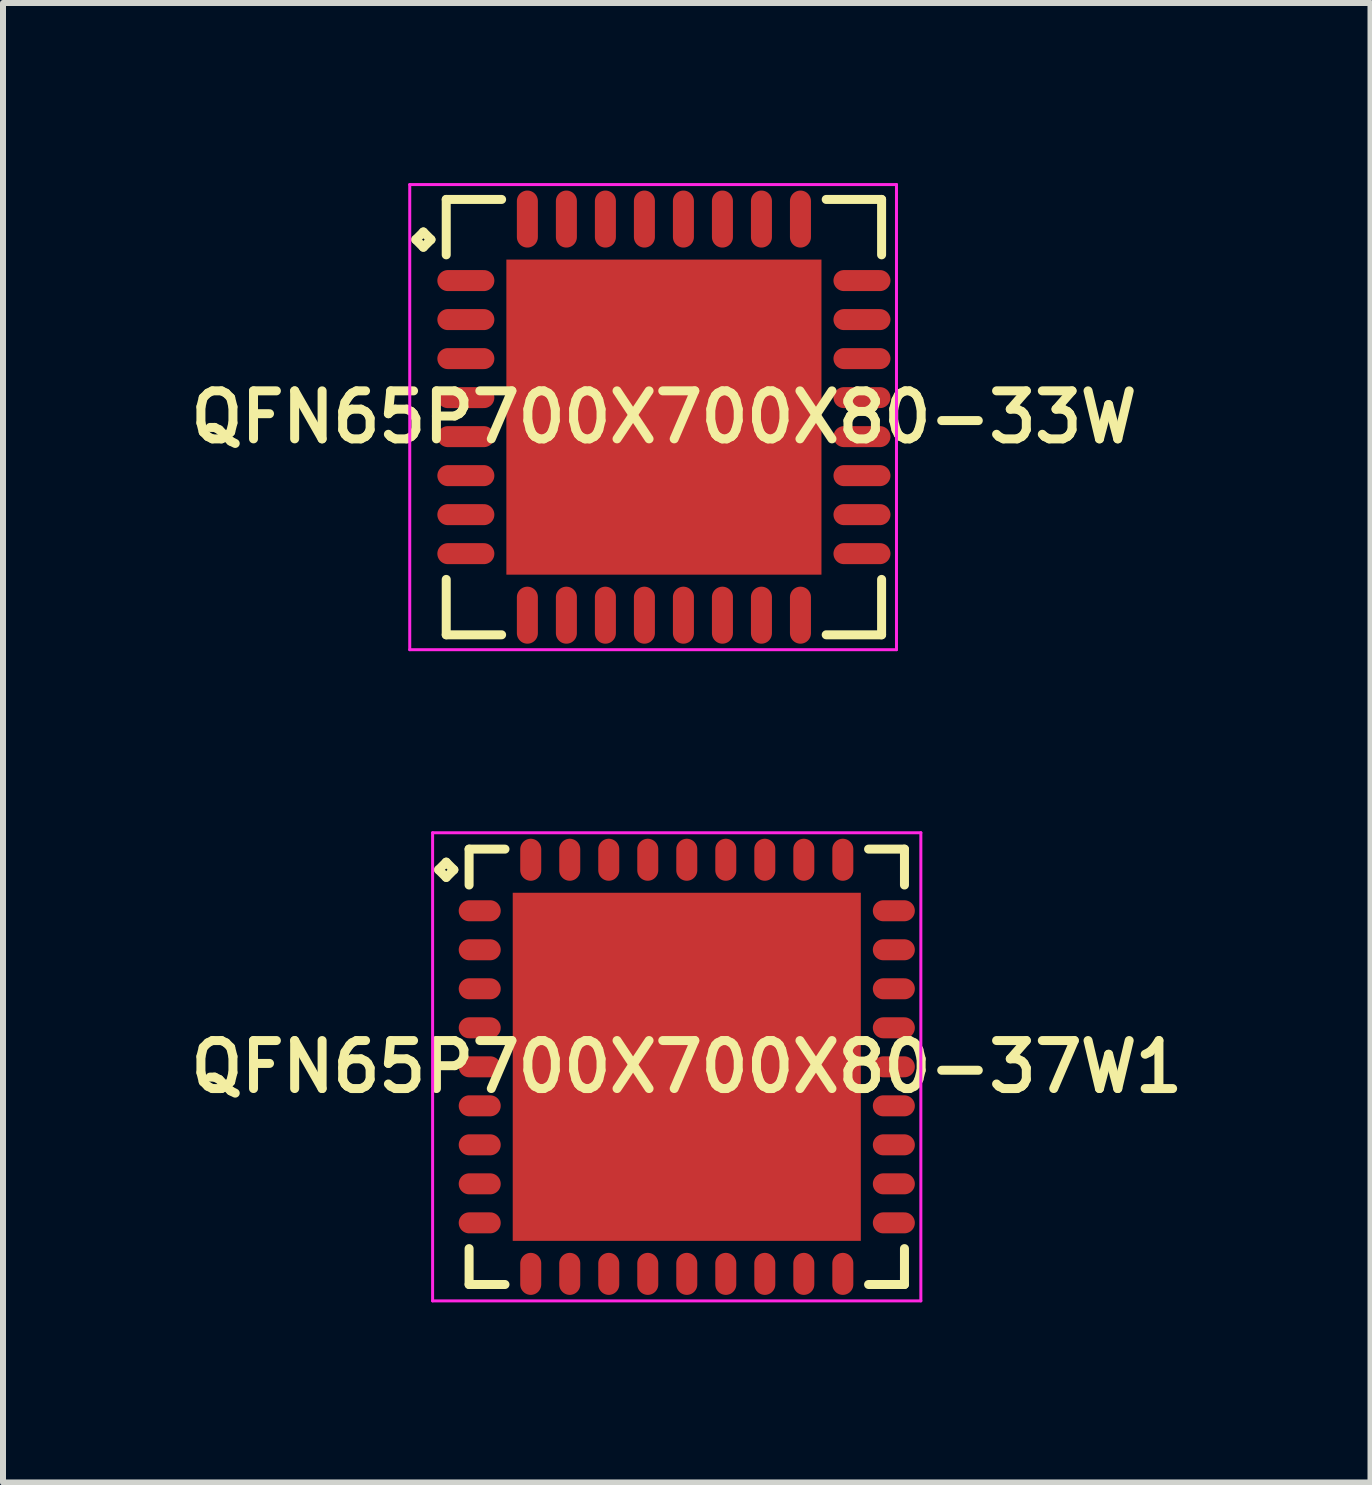
<source format=kicad_pcb>
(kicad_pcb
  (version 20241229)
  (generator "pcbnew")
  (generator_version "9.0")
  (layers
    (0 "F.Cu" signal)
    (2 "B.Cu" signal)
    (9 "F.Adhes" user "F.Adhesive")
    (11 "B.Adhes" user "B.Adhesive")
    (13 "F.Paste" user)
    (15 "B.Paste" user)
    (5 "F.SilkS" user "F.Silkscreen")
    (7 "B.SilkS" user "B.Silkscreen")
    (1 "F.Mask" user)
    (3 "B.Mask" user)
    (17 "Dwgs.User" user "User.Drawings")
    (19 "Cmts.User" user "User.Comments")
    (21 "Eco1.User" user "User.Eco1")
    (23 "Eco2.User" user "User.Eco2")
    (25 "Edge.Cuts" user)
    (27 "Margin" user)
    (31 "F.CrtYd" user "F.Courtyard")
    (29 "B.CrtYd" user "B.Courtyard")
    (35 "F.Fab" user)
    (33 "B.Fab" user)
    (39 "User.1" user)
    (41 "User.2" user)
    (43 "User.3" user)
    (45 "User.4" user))
  (footprint "QFN65P700X700X80-37W1"
    (layer "F.Cu")
    (at 8.393 14.725)
    (property "Reference" "QFN65P700X700X80-37W1" (at 0 0 0) (layer "F.SilkS") (effects (font (size 0.8 0.8) (thickness 0.15))))
    (attr smd)
    (fp_line (start -4.135 -3.283) (end -4.008 -3.41) (stroke (width 0.15) (type solid)) (layer "F.SilkS"))
    (fp_line (start -4.008 -3.41) (end -3.881 -3.283) (stroke (width 0.15) (type solid)) (layer "F.SilkS"))
    (fp_line (start -4.008 -3.156) (end -4.135 -3.283) (stroke (width 0.15) (type solid)) (layer "F.SilkS"))
    (fp_line (start -3.881 -3.283) (end -4.008 -3.156) (stroke (width 0.15) (type solid)) (layer "F.SilkS"))
    (fp_line (start -3.627 -3.627) (end -3.029 -3.627) (stroke (width 0.15) (type solid)) (layer "F.SilkS"))
    (fp_line (start -3.627 -3.029) (end -3.627 -3.627) (stroke (width 0.15) (type solid)) (layer "F.SilkS"))
    (fp_line (start -3.627 3.029) (end -3.627 3.627) (stroke (width 0.15) (type solid)) (layer "F.SilkS"))
    (fp_line (start -3.627 3.627) (end -3.029 3.627) (stroke (width 0.15) (type solid)) (layer "F.SilkS"))
    (fp_line (start 3.029 -3.627) (end 3.627 -3.627) (stroke (width 0.15) (type solid)) (layer "F.SilkS"))
    (fp_line (start 3.029 3.627) (end 3.627 3.627) (stroke (width 0.15) (type solid)) (layer "F.SilkS"))
    (fp_line (start 3.627 -3.627) (end 3.627 -3.029) (stroke (width 0.15) (type solid)) (layer "F.SilkS"))
    (fp_line (start 3.627 3.627) (end 3.627 3.029) (stroke (width 0.15) (type solid)) (layer "F.SilkS"))
    (fp_line (start -4.235 -3.9) (end 3.9 -3.9) (stroke (width 0.05) (type solid)) (layer "F.CrtYd"))
    (fp_line (start -4.235 3.9) (end -4.235 -3.9) (stroke (width 0.05) (type solid)) (layer "F.CrtYd"))
    (fp_line (start 3.9 -3.9) (end 3.9 3.9) (stroke (width 0.05) (type solid)) (layer "F.CrtYd"))
    (fp_line (start 3.9 3.9) (end -4.235 3.9) (stroke (width 0.05) (type solid)) (layer "F.CrtYd"))
    (pad "1" smd oval (at -3.45 -2.6) (size 0.7 0.35) (layers "F.Cu" "F.Mask" "F.Paste"))
    (pad "2" smd oval (at -3.45 -1.95) (size 0.7 0.35) (layers "F.Cu" "F.Mask" "F.Paste"))
    (pad "3" smd oval (at -3.45 -1.3) (size 0.7 0.35) (layers "F.Cu" "F.Mask" "F.Paste"))
    (pad "4" smd oval (at -3.45 -0.65) (size 0.7 0.35) (layers "F.Cu" "F.Mask" "F.Paste"))
    (pad "5" smd oval (at -3.45 0) (size 0.7 0.35) (layers "F.Cu" "F.Mask" "F.Paste"))
    (pad "6" smd oval (at -3.45 0.65) (size 0.7 0.35) (layers "F.Cu" "F.Mask" "F.Paste"))
    (pad "7" smd oval (at -3.45 1.3) (size 0.7 0.35) (layers "F.Cu" "F.Mask" "F.Paste"))
    (pad "8" smd oval (at -3.45 1.95) (size 0.7 0.35) (layers "F.Cu" "F.Mask" "F.Paste"))
    (pad "9" smd oval (at -3.45 2.6) (size 0.7 0.35) (layers "F.Cu" "F.Mask" "F.Paste"))
    (pad "10" smd oval (at -2.6 3.45) (size 0.35 0.7) (layers "F.Cu" "F.Mask" "F.Paste"))
    (pad "11" smd oval (at -1.95 3.45) (size 0.35 0.7) (layers "F.Cu" "F.Mask" "F.Paste"))
    (pad "12" smd oval (at -1.3 3.45) (size 0.35 0.7) (layers "F.Cu" "F.Mask" "F.Paste"))
    (pad "13" smd oval (at -0.65 3.45) (size 0.35 0.7) (layers "F.Cu" "F.Mask" "F.Paste"))
    (pad "14" smd oval (at 0 3.45) (size 0.35 0.7) (layers "F.Cu" "F.Mask" "F.Paste"))
    (pad "15" smd oval (at 0.65 3.45) (size 0.35 0.7) (layers "F.Cu" "F.Mask" "F.Paste"))
    (pad "16" smd oval (at 1.3 3.45) (size 0.35 0.7) (layers "F.Cu" "F.Mask" "F.Paste"))
    (pad "17" smd oval (at 1.95 3.45) (size 0.35 0.7) (layers "F.Cu" "F.Mask" "F.Paste"))
    (pad "18" smd oval (at 2.6 3.45) (size 0.35 0.7) (layers "F.Cu" "F.Mask" "F.Paste"))
    (pad "19" smd oval (at 3.45 2.6) (size 0.7 0.35) (layers "F.Cu" "F.Mask" "F.Paste"))
    (pad "20" smd oval (at 3.45 1.95) (size 0.7 0.35) (layers "F.Cu" "F.Mask" "F.Paste"))
    (pad "21" smd oval (at 3.45 1.3) (size 0.7 0.35) (layers "F.Cu" "F.Mask" "F.Paste"))
    (pad "22" smd oval (at 3.45 0.65) (size 0.7 0.35) (layers "F.Cu" "F.Mask" "F.Paste"))
    (pad "23" smd oval (at 3.45 0) (size 0.7 0.35) (layers "F.Cu" "F.Mask" "F.Paste"))
    (pad "24" smd oval (at 3.45 -0.65) (size 0.7 0.35) (layers "F.Cu" "F.Mask" "F.Paste"))
    (pad "25" smd oval (at 3.45 -1.3) (size 0.7 0.35) (layers "F.Cu" "F.Mask" "F.Paste"))
    (pad "26" smd oval (at 3.45 -1.95) (size 0.7 0.35) (layers "F.Cu" "F.Mask" "F.Paste"))
    (pad "27" smd oval (at 3.45 -2.6) (size 0.7 0.35) (layers "F.Cu" "F.Mask" "F.Paste"))
    (pad "28" smd oval (at 2.6 -3.45) (size 0.35 0.7) (layers "F.Cu" "F.Mask" "F.Paste"))
    (pad "29" smd oval (at 1.95 -3.45) (size 0.35 0.7) (layers "F.Cu" "F.Mask" "F.Paste"))
    (pad "30" smd oval (at 1.3 -3.45) (size 0.35 0.7) (layers "F.Cu" "F.Mask" "F.Paste"))
    (pad "31" smd oval (at 0.65 -3.45) (size 0.35 0.7) (layers "F.Cu" "F.Mask" "F.Paste"))
    (pad "32" smd oval (at 0 -3.45) (size 0.35 0.7) (layers "F.Cu" "F.Mask" "F.Paste"))
    (pad "33" smd oval (at -0.65 -3.45) (size 0.35 0.7) (layers "F.Cu" "F.Mask" "F.Paste"))
    (pad "34" smd oval (at -1.3 -3.45) (size 0.35 0.7) (layers "F.Cu" "F.Mask" "F.Paste"))
    (pad "35" smd oval (at -1.95 -3.45) (size 0.35 0.7) (layers "F.Cu" "F.Mask" "F.Paste"))
    (pad "36" smd oval (at -2.6 -3.45) (size 0.35 0.7) (layers "F.Cu" "F.Mask" "F.Paste"))
    (pad "37" smd rect (at 0 0) (size 5.8 5.8) (layers "F.Cu" "F.Mask" "F.Paste")))
  (footprint "QFN65P700X700X80-33W"
    (layer "F.Cu")
    (at 8.012 3.9)
    (property "Reference" "QFN65P700X700X80-33W" (at 0 0 0) (layer "F.SilkS") (effects (font (size 0.8 0.8) (thickness 0.15))))
    (attr smd)
    (fp_line (start -4.135 -2.958) (end -4.008 -3.085) (stroke (width 0.15) (type solid)) (layer "F.SilkS"))
    (fp_line (start -4.008 -3.085) (end -3.881 -2.958) (stroke (width 0.15) (type solid)) (layer "F.SilkS"))
    (fp_line (start -4.008 -2.831) (end -4.135 -2.958) (stroke (width 0.15) (type solid)) (layer "F.SilkS"))
    (fp_line (start -3.881 -2.958) (end -4.008 -2.831) (stroke (width 0.15) (type solid)) (layer "F.SilkS"))
    (fp_line (start -3.627 -3.627) (end -2.704 -3.627) (stroke (width 0.15) (type solid)) (layer "F.SilkS"))
    (fp_line (start -3.627 -2.704) (end -3.627 -3.627) (stroke (width 0.15) (type solid)) (layer "F.SilkS"))
    (fp_line (start -3.627 2.704) (end -3.627 3.627) (stroke (width 0.15) (type solid)) (layer "F.SilkS"))
    (fp_line (start -3.627 3.627) (end -2.704 3.627) (stroke (width 0.15) (type solid)) (layer "F.SilkS"))
    (fp_line (start 2.704 -3.627) (end 3.627 -3.627) (stroke (width 0.15) (type solid)) (layer "F.SilkS"))
    (fp_line (start 2.704 3.627) (end 3.627 3.627) (stroke (width 0.15) (type solid)) (layer "F.SilkS"))
    (fp_line (start 3.627 -3.627) (end 3.627 -2.704) (stroke (width 0.15) (type solid)) (layer "F.SilkS"))
    (fp_line (start 3.627 3.627) (end 3.627 2.704) (stroke (width 0.15) (type solid)) (layer "F.SilkS"))
    (fp_line (start -4.235 -3.875) (end 3.875 -3.875) (stroke (width 0.05) (type solid)) (layer "F.CrtYd"))
    (fp_line (start -4.235 3.875) (end -4.235 -3.875) (stroke (width 0.05) (type solid)) (layer "F.CrtYd"))
    (fp_line (start 3.875 -3.875) (end 3.875 3.875) (stroke (width 0.05) (type solid)) (layer "F.CrtYd"))
    (fp_line (start 3.875 3.875) (end -4.235 3.875) (stroke (width 0.05) (type solid)) (layer "F.CrtYd"))
    (pad "1" smd oval (at -3.3 -2.275) (size 0.95 0.35) (layers "F.Cu" "F.Mask" "F.Paste"))
    (pad "2" smd oval (at -3.3 -1.625) (size 0.95 0.35) (layers "F.Cu" "F.Mask" "F.Paste"))
    (pad "3" smd oval (at -3.3 -0.975) (size 0.95 0.35) (layers "F.Cu" "F.Mask" "F.Paste"))
    (pad "4" smd oval (at -3.3 -0.325) (size 0.95 0.35) (layers "F.Cu" "F.Mask" "F.Paste"))
    (pad "5" smd oval (at -3.3 0.325) (size 0.95 0.35) (layers "F.Cu" "F.Mask" "F.Paste"))
    (pad "6" smd oval (at -3.3 0.975) (size 0.95 0.35) (layers "F.Cu" "F.Mask" "F.Paste"))
    (pad "7" smd oval (at -3.3 1.625) (size 0.95 0.35) (layers "F.Cu" "F.Mask" "F.Paste"))
    (pad "8" smd oval (at -3.3 2.275) (size 0.95 0.35) (layers "F.Cu" "F.Mask" "F.Paste"))
    (pad "9" smd oval (at -2.275 3.3) (size 0.35 0.95) (layers "F.Cu" "F.Mask" "F.Paste"))
    (pad "10" smd oval (at -1.625 3.3) (size 0.35 0.95) (layers "F.Cu" "F.Mask" "F.Paste"))
    (pad "11" smd oval (at -0.975 3.3) (size 0.35 0.95) (layers "F.Cu" "F.Mask" "F.Paste"))
    (pad "12" smd oval (at -0.325 3.3) (size 0.35 0.95) (layers "F.Cu" "F.Mask" "F.Paste"))
    (pad "13" smd oval (at 0.325 3.3) (size 0.35 0.95) (layers "F.Cu" "F.Mask" "F.Paste"))
    (pad "14" smd oval (at 0.975 3.3) (size 0.35 0.95) (layers "F.Cu" "F.Mask" "F.Paste"))
    (pad "15" smd oval (at 1.625 3.3) (size 0.35 0.95) (layers "F.Cu" "F.Mask" "F.Paste"))
    (pad "16" smd oval (at 2.275 3.3) (size 0.35 0.95) (layers "F.Cu" "F.Mask" "F.Paste"))
    (pad "17" smd oval (at 3.3 2.275) (size 0.95 0.35) (layers "F.Cu" "F.Mask" "F.Paste"))
    (pad "18" smd oval (at 3.3 1.625) (size 0.95 0.35) (layers "F.Cu" "F.Mask" "F.Paste"))
    (pad "19" smd oval (at 3.3 0.975) (size 0.95 0.35) (layers "F.Cu" "F.Mask" "F.Paste"))
    (pad "20" smd oval (at 3.3 0.325) (size 0.95 0.35) (layers "F.Cu" "F.Mask" "F.Paste"))
    (pad "21" smd oval (at 3.3 -0.325) (size 0.95 0.35) (layers "F.Cu" "F.Mask" "F.Paste"))
    (pad "22" smd oval (at 3.3 -0.975) (size 0.95 0.35) (layers "F.Cu" "F.Mask" "F.Paste"))
    (pad "23" smd oval (at 3.3 -1.625) (size 0.95 0.35) (layers "F.Cu" "F.Mask" "F.Paste"))
    (pad "24" smd oval (at 3.3 -2.275) (size 0.95 0.35) (layers "F.Cu" "F.Mask" "F.Paste"))
    (pad "25" smd oval (at 2.275 -3.3) (size 0.35 0.95) (layers "F.Cu" "F.Mask" "F.Paste"))
    (pad "26" smd oval (at 1.625 -3.3) (size 0.35 0.95) (layers "F.Cu" "F.Mask" "F.Paste"))
    (pad "27" smd oval (at 0.975 -3.3) (size 0.35 0.95) (layers "F.Cu" "F.Mask" "F.Paste"))
    (pad "28" smd oval (at 0.325 -3.3) (size 0.35 0.95) (layers "F.Cu" "F.Mask" "F.Paste"))
    (pad "29" smd oval (at -0.325 -3.3) (size 0.35 0.95) (layers "F.Cu" "F.Mask" "F.Paste"))
    (pad "30" smd oval (at -0.975 -3.3) (size 0.35 0.95) (layers "F.Cu" "F.Mask" "F.Paste"))
    (pad "31" smd oval (at -1.625 -3.3) (size 0.35 0.95) (layers "F.Cu" "F.Mask" "F.Paste"))
    (pad "32" smd oval (at -2.275 -3.3) (size 0.35 0.95) (layers "F.Cu" "F.Mask" "F.Paste"))
    (pad "33" smd rect (at 0 0) (size 5.25 5.25) (layers "F.Cu" "F.Mask" "F.Paste")))
  (gr_rect
    (start -3 -3)
    (end 19.785 21.65)
    (stroke (width 0.1) (type default))
    (fill no)
    (layer "Edge.Cuts")))
</source>
